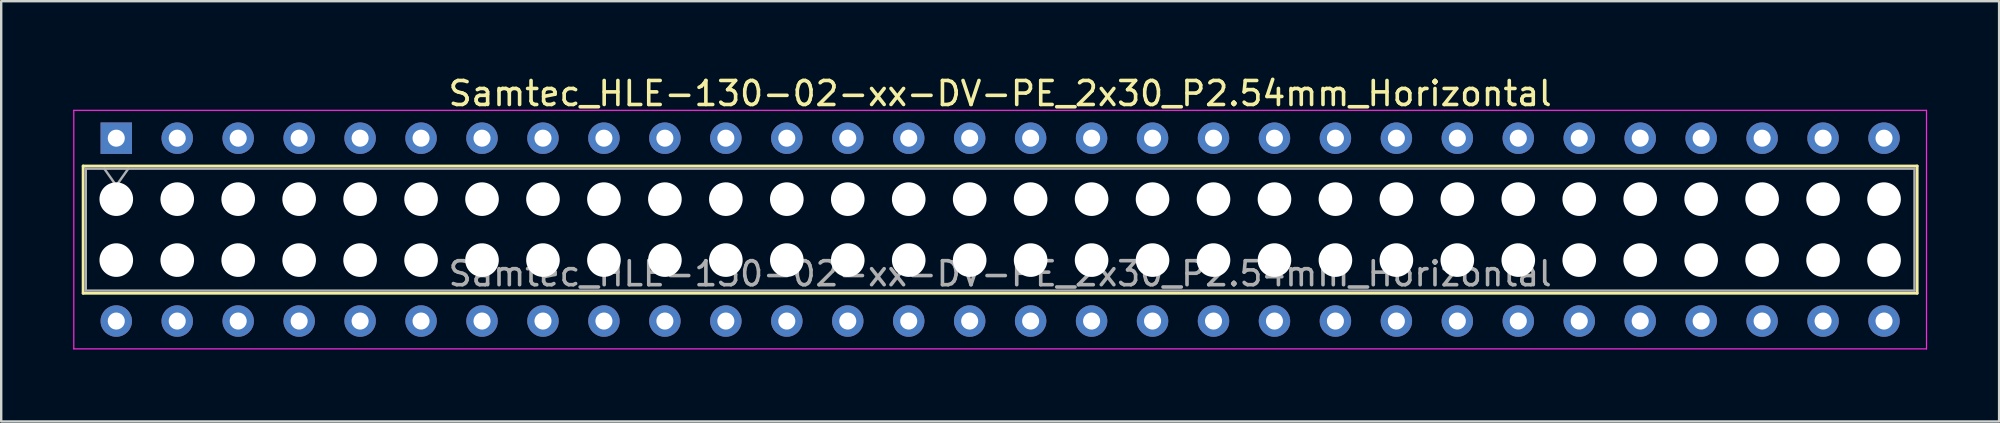
<source format=kicad_pcb>
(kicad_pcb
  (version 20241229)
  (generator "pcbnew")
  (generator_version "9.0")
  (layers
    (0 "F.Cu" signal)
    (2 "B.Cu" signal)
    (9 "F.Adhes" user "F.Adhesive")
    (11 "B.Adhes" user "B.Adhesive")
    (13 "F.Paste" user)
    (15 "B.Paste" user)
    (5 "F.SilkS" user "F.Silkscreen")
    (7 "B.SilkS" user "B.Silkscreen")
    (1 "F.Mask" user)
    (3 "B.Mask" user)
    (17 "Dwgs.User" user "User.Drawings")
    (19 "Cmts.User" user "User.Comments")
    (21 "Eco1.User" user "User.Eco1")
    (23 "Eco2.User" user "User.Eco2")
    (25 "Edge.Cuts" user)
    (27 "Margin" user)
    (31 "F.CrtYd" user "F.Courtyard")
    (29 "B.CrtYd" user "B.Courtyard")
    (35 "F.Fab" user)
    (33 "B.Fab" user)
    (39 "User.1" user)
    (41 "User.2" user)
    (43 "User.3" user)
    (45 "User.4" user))
  (footprint "Samtec_HLE-130-02-xx-DV-PE_2x30_P2.54mm_Horizontal"
    (layer "F.Cu")
    (at 1.795 2.708)
    (property "Reference" "Samtec_HLE-130-02-xx-DV-PE_2x30_P2.54mm_Horizontal" (at 36.83 -1.86 0) (layer "F.SilkS") (effects (font (size 1 1) (thickness 0.15))))
    (attr through_hole)
    (fp_line (start -1.38 1.16) (end 75.04 1.16) (stroke (width 0.12) (type solid)) (layer "F.SilkS"))
    (fp_line (start -1.38 6.46) (end -1.38 1.16) (stroke (width 0.12) (type solid)) (layer "F.SilkS"))
    (fp_line (start 75.04 1.16) (end 75.04 6.46) (stroke (width 0.12) (type solid)) (layer "F.SilkS"))
    (fp_line (start 75.04 6.46) (end -1.38 6.46) (stroke (width 0.12) (type solid)) (layer "F.SilkS"))
    (fp_line (start -1.77 -1.16) (end 75.43 -1.16) (stroke (width 0.05) (type solid)) (layer "F.CrtYd"))
    (fp_line (start -1.77 8.78) (end -1.77 -1.16) (stroke (width 0.05) (type solid)) (layer "F.CrtYd"))
    (fp_line (start 75.43 -1.16) (end 75.43 8.78) (stroke (width 0.05) (type solid)) (layer "F.CrtYd"))
    (fp_line (start 75.43 8.78) (end -1.77 8.78) (stroke (width 0.05) (type solid)) (layer "F.CrtYd"))
    (fp_line (start -1.27 1.27) (end 74.93 1.27) (stroke (width 0.1) (type solid)) (layer "F.Fab"))
    (fp_line (start -1.27 6.35) (end -1.27 1.27) (stroke (width 0.1) (type solid)) (layer "F.Fab"))
    (fp_line (start -0.5 1.27) (end 0 1.977) (stroke (width 0.1) (type solid)) (layer "F.Fab"))
    (fp_line (start 0 1.977) (end 0.5 1.27) (stroke (width 0.1) (type solid)) (layer "F.Fab"))
    (fp_line (start 74.93 1.27) (end 74.93 6.35) (stroke (width 0.1) (type solid)) (layer "F.Fab"))
    (fp_line (start 74.93 6.35) (end -1.27 6.35) (stroke (width 0.1) (type solid)) (layer "F.Fab"))
    (fp_text user "${REFERENCE}" (at 36.83 5.65 0) (layer "F.Fab") (effects (font (size 1 1) (thickness 0.15))))
    (pad "" np_thru_hole circle (at 0 2.54) (size 1.4 1.4) (drill 1.4) (layers "*.Cu" "*.Mask"))
    (pad "" np_thru_hole circle (at 0 5.08) (size 1.4 1.4) (drill 1.4) (layers "*.Cu" "*.Mask"))
    (pad "" np_thru_hole circle (at 2.54 2.54) (size 1.4 1.4) (drill 1.4) (layers "*.Cu" "*.Mask"))
    (pad "" np_thru_hole circle (at 2.54 5.08) (size 1.4 1.4) (drill 1.4) (layers "*.Cu" "*.Mask"))
    (pad "" np_thru_hole circle (at 5.08 2.54) (size 1.4 1.4) (drill 1.4) (layers "*.Cu" "*.Mask"))
    (pad "" np_thru_hole circle (at 5.08 5.08) (size 1.4 1.4) (drill 1.4) (layers "*.Cu" "*.Mask"))
    (pad "" np_thru_hole circle (at 7.62 2.54) (size 1.4 1.4) (drill 1.4) (layers "*.Cu" "*.Mask"))
    (pad "" np_thru_hole circle (at 7.62 5.08) (size 1.4 1.4) (drill 1.4) (layers "*.Cu" "*.Mask"))
    (pad "" np_thru_hole circle (at 10.16 2.54) (size 1.4 1.4) (drill 1.4) (layers "*.Cu" "*.Mask"))
    (pad "" np_thru_hole circle (at 10.16 5.08) (size 1.4 1.4) (drill 1.4) (layers "*.Cu" "*.Mask"))
    (pad "" np_thru_hole circle (at 12.7 2.54) (size 1.4 1.4) (drill 1.4) (layers "*.Cu" "*.Mask"))
    (pad "" np_thru_hole circle (at 12.7 5.08) (size 1.4 1.4) (drill 1.4) (layers "*.Cu" "*.Mask"))
    (pad "" np_thru_hole circle (at 15.24 2.54) (size 1.4 1.4) (drill 1.4) (layers "*.Cu" "*.Mask"))
    (pad "" np_thru_hole circle (at 15.24 5.08) (size 1.4 1.4) (drill 1.4) (layers "*.Cu" "*.Mask"))
    (pad "" np_thru_hole circle (at 17.78 2.54) (size 1.4 1.4) (drill 1.4) (layers "*.Cu" "*.Mask"))
    (pad "" np_thru_hole circle (at 17.78 5.08) (size 1.4 1.4) (drill 1.4) (layers "*.Cu" "*.Mask"))
    (pad "" np_thru_hole circle (at 20.32 2.54) (size 1.4 1.4) (drill 1.4) (layers "*.Cu" "*.Mask"))
    (pad "" np_thru_hole circle (at 20.32 5.08) (size 1.4 1.4) (drill 1.4) (layers "*.Cu" "*.Mask"))
    (pad "" np_thru_hole circle (at 22.86 2.54) (size 1.4 1.4) (drill 1.4) (layers "*.Cu" "*.Mask"))
    (pad "" np_thru_hole circle (at 22.86 5.08) (size 1.4 1.4) (drill 1.4) (layers "*.Cu" "*.Mask"))
    (pad "" np_thru_hole circle (at 25.4 2.54) (size 1.4 1.4) (drill 1.4) (layers "*.Cu" "*.Mask"))
    (pad "" np_thru_hole circle (at 25.4 5.08) (size 1.4 1.4) (drill 1.4) (layers "*.Cu" "*.Mask"))
    (pad "" np_thru_hole circle (at 27.94 2.54) (size 1.4 1.4) (drill 1.4) (layers "*.Cu" "*.Mask"))
    (pad "" np_thru_hole circle (at 27.94 5.08) (size 1.4 1.4) (drill 1.4) (layers "*.Cu" "*.Mask"))
    (pad "" np_thru_hole circle (at 30.48 2.54) (size 1.4 1.4) (drill 1.4) (layers "*.Cu" "*.Mask"))
    (pad "" np_thru_hole circle (at 30.48 5.08) (size 1.4 1.4) (drill 1.4) (layers "*.Cu" "*.Mask"))
    (pad "" np_thru_hole circle (at 33.02 2.54) (size 1.4 1.4) (drill 1.4) (layers "*.Cu" "*.Mask"))
    (pad "" np_thru_hole circle (at 33.02 5.08) (size 1.4 1.4) (drill 1.4) (layers "*.Cu" "*.Mask"))
    (pad "" np_thru_hole circle (at 35.56 2.54) (size 1.4 1.4) (drill 1.4) (layers "*.Cu" "*.Mask"))
    (pad "" np_thru_hole circle (at 35.56 5.08) (size 1.4 1.4) (drill 1.4) (layers "*.Cu" "*.Mask"))
    (pad "" np_thru_hole circle (at 38.1 2.54) (size 1.4 1.4) (drill 1.4) (layers "*.Cu" "*.Mask"))
    (pad "" np_thru_hole circle (at 38.1 5.08) (size 1.4 1.4) (drill 1.4) (layers "*.Cu" "*.Mask"))
    (pad "" np_thru_hole circle (at 40.64 2.54) (size 1.4 1.4) (drill 1.4) (layers "*.Cu" "*.Mask"))
    (pad "" np_thru_hole circle (at 40.64 5.08) (size 1.4 1.4) (drill 1.4) (layers "*.Cu" "*.Mask"))
    (pad "" np_thru_hole circle (at 43.18 2.54) (size 1.4 1.4) (drill 1.4) (layers "*.Cu" "*.Mask"))
    (pad "" np_thru_hole circle (at 43.18 5.08) (size 1.4 1.4) (drill 1.4) (layers "*.Cu" "*.Mask"))
    (pad "" np_thru_hole circle (at 45.72 2.54) (size 1.4 1.4) (drill 1.4) (layers "*.Cu" "*.Mask"))
    (pad "" np_thru_hole circle (at 45.72 5.08) (size 1.4 1.4) (drill 1.4) (layers "*.Cu" "*.Mask"))
    (pad "" np_thru_hole circle (at 48.26 2.54) (size 1.4 1.4) (drill 1.4) (layers "*.Cu" "*.Mask"))
    (pad "" np_thru_hole circle (at 48.26 5.08) (size 1.4 1.4) (drill 1.4) (layers "*.Cu" "*.Mask"))
    (pad "" np_thru_hole circle (at 50.8 2.54) (size 1.4 1.4) (drill 1.4) (layers "*.Cu" "*.Mask"))
    (pad "" np_thru_hole circle (at 50.8 5.08) (size 1.4 1.4) (drill 1.4) (layers "*.Cu" "*.Mask"))
    (pad "" np_thru_hole circle (at 53.34 2.54) (size 1.4 1.4) (drill 1.4) (layers "*.Cu" "*.Mask"))
    (pad "" np_thru_hole circle (at 53.34 5.08) (size 1.4 1.4) (drill 1.4) (layers "*.Cu" "*.Mask"))
    (pad "" np_thru_hole circle (at 55.88 2.54) (size 1.4 1.4) (drill 1.4) (layers "*.Cu" "*.Mask"))
    (pad "" np_thru_hole circle (at 55.88 5.08) (size 1.4 1.4) (drill 1.4) (layers "*.Cu" "*.Mask"))
    (pad "" np_thru_hole circle (at 58.42 2.54) (size 1.4 1.4) (drill 1.4) (layers "*.Cu" "*.Mask"))
    (pad "" np_thru_hole circle (at 58.42 5.08) (size 1.4 1.4) (drill 1.4) (layers "*.Cu" "*.Mask"))
    (pad "" np_thru_hole circle (at 60.96 2.54) (size 1.4 1.4) (drill 1.4) (layers "*.Cu" "*.Mask"))
    (pad "" np_thru_hole circle (at 60.96 5.08) (size 1.4 1.4) (drill 1.4) (layers "*.Cu" "*.Mask"))
    (pad "" np_thru_hole circle (at 63.5 2.54) (size 1.4 1.4) (drill 1.4) (layers "*.Cu" "*.Mask"))
    (pad "" np_thru_hole circle (at 63.5 5.08) (size 1.4 1.4) (drill 1.4) (layers "*.Cu" "*.Mask"))
    (pad "" np_thru_hole circle (at 66.04 2.54) (size 1.4 1.4) (drill 1.4) (layers "*.Cu" "*.Mask"))
    (pad "" np_thru_hole circle (at 66.04 5.08) (size 1.4 1.4) (drill 1.4) (layers "*.Cu" "*.Mask"))
    (pad "" np_thru_hole circle (at 68.58 2.54) (size 1.4 1.4) (drill 1.4) (layers "*.Cu" "*.Mask"))
    (pad "" np_thru_hole circle (at 68.58 5.08) (size 1.4 1.4) (drill 1.4) (layers "*.Cu" "*.Mask"))
    (pad "" np_thru_hole circle (at 71.12 2.54) (size 1.4 1.4) (drill 1.4) (layers "*.Cu" "*.Mask"))
    (pad "" np_thru_hole circle (at 71.12 5.08) (size 1.4 1.4) (drill 1.4) (layers "*.Cu" "*.Mask"))
    (pad "" np_thru_hole circle (at 73.66 2.54) (size 1.4 1.4) (drill 1.4) (layers "*.Cu" "*.Mask"))
    (pad "" np_thru_hole circle (at 73.66 5.08) (size 1.4 1.4) (drill 1.4) (layers "*.Cu" "*.Mask"))
    (pad "1" thru_hole rect (at 0 0) (size 1.31 1.31) (drill 0.71) (layers "*.Cu" "*.Mask"))
    (pad "2" thru_hole circle (at 0 7.62) (size 1.31 1.31) (drill 0.71) (layers "*.Cu" "*.Mask"))
    (pad "3" thru_hole circle (at 2.54 0) (size 1.31 1.31) (drill 0.71) (layers "*.Cu" "*.Mask"))
    (pad "4" thru_hole circle (at 2.54 7.62) (size 1.31 1.31) (drill 0.71) (layers "*.Cu" "*.Mask"))
    (pad "5" thru_hole circle (at 5.08 0) (size 1.31 1.31) (drill 0.71) (layers "*.Cu" "*.Mask"))
    (pad "6" thru_hole circle (at 5.08 7.62) (size 1.31 1.31) (drill 0.71) (layers "*.Cu" "*.Mask"))
    (pad "7" thru_hole circle (at 7.62 0) (size 1.31 1.31) (drill 0.71) (layers "*.Cu" "*.Mask"))
    (pad "8" thru_hole circle (at 7.62 7.62) (size 1.31 1.31) (drill 0.71) (layers "*.Cu" "*.Mask"))
    (pad "9" thru_hole circle (at 10.16 0) (size 1.31 1.31) (drill 0.71) (layers "*.Cu" "*.Mask"))
    (pad "10" thru_hole circle (at 10.16 7.62) (size 1.31 1.31) (drill 0.71) (layers "*.Cu" "*.Mask"))
    (pad "11" thru_hole circle (at 12.7 0) (size 1.31 1.31) (drill 0.71) (layers "*.Cu" "*.Mask"))
    (pad "12" thru_hole circle (at 12.7 7.62) (size 1.31 1.31) (drill 0.71) (layers "*.Cu" "*.Mask"))
    (pad "13" thru_hole circle (at 15.24 0) (size 1.31 1.31) (drill 0.71) (layers "*.Cu" "*.Mask"))
    (pad "14" thru_hole circle (at 15.24 7.62) (size 1.31 1.31) (drill 0.71) (layers "*.Cu" "*.Mask"))
    (pad "15" thru_hole circle (at 17.78 0) (size 1.31 1.31) (drill 0.71) (layers "*.Cu" "*.Mask"))
    (pad "16" thru_hole circle (at 17.78 7.62) (size 1.31 1.31) (drill 0.71) (layers "*.Cu" "*.Mask"))
    (pad "17" thru_hole circle (at 20.32 0) (size 1.31 1.31) (drill 0.71) (layers "*.Cu" "*.Mask"))
    (pad "18" thru_hole circle (at 20.32 7.62) (size 1.31 1.31) (drill 0.71) (layers "*.Cu" "*.Mask"))
    (pad "19" thru_hole circle (at 22.86 0) (size 1.31 1.31) (drill 0.71) (layers "*.Cu" "*.Mask"))
    (pad "20" thru_hole circle (at 22.86 7.62) (size 1.31 1.31) (drill 0.71) (layers "*.Cu" "*.Mask"))
    (pad "21" thru_hole circle (at 25.4 0) (size 1.31 1.31) (drill 0.71) (layers "*.Cu" "*.Mask"))
    (pad "22" thru_hole circle (at 25.4 7.62) (size 1.31 1.31) (drill 0.71) (layers "*.Cu" "*.Mask"))
    (pad "23" thru_hole circle (at 27.94 0) (size 1.31 1.31) (drill 0.71) (layers "*.Cu" "*.Mask"))
    (pad "24" thru_hole circle (at 27.94 7.62) (size 1.31 1.31) (drill 0.71) (layers "*.Cu" "*.Mask"))
    (pad "25" thru_hole circle (at 30.48 0) (size 1.31 1.31) (drill 0.71) (layers "*.Cu" "*.Mask"))
    (pad "26" thru_hole circle (at 30.48 7.62) (size 1.31 1.31) (drill 0.71) (layers "*.Cu" "*.Mask"))
    (pad "27" thru_hole circle (at 33.02 0) (size 1.31 1.31) (drill 0.71) (layers "*.Cu" "*.Mask"))
    (pad "28" thru_hole circle (at 33.02 7.62) (size 1.31 1.31) (drill 0.71) (layers "*.Cu" "*.Mask"))
    (pad "29" thru_hole circle (at 35.56 0) (size 1.31 1.31) (drill 0.71) (layers "*.Cu" "*.Mask"))
    (pad "30" thru_hole circle (at 35.56 7.62) (size 1.31 1.31) (drill 0.71) (layers "*.Cu" "*.Mask"))
    (pad "31" thru_hole circle (at 38.1 0) (size 1.31 1.31) (drill 0.71) (layers "*.Cu" "*.Mask"))
    (pad "32" thru_hole circle (at 38.1 7.62) (size 1.31 1.31) (drill 0.71) (layers "*.Cu" "*.Mask"))
    (pad "33" thru_hole circle (at 40.64 0) (size 1.31 1.31) (drill 0.71) (layers "*.Cu" "*.Mask"))
    (pad "34" thru_hole circle (at 40.64 7.62) (size 1.31 1.31) (drill 0.71) (layers "*.Cu" "*.Mask"))
    (pad "35" thru_hole circle (at 43.18 0) (size 1.31 1.31) (drill 0.71) (layers "*.Cu" "*.Mask"))
    (pad "36" thru_hole circle (at 43.18 7.62) (size 1.31 1.31) (drill 0.71) (layers "*.Cu" "*.Mask"))
    (pad "37" thru_hole circle (at 45.72 0) (size 1.31 1.31) (drill 0.71) (layers "*.Cu" "*.Mask"))
    (pad "38" thru_hole circle (at 45.72 7.62) (size 1.31 1.31) (drill 0.71) (layers "*.Cu" "*.Mask"))
    (pad "39" thru_hole circle (at 48.26 0) (size 1.31 1.31) (drill 0.71) (layers "*.Cu" "*.Mask"))
    (pad "40" thru_hole circle (at 48.26 7.62) (size 1.31 1.31) (drill 0.71) (layers "*.Cu" "*.Mask"))
    (pad "41" thru_hole circle (at 50.8 0) (size 1.31 1.31) (drill 0.71) (layers "*.Cu" "*.Mask"))
    (pad "42" thru_hole circle (at 50.8 7.62) (size 1.31 1.31) (drill 0.71) (layers "*.Cu" "*.Mask"))
    (pad "43" thru_hole circle (at 53.34 0) (size 1.31 1.31) (drill 0.71) (layers "*.Cu" "*.Mask"))
    (pad "44" thru_hole circle (at 53.34 7.62) (size 1.31 1.31) (drill 0.71) (layers "*.Cu" "*.Mask"))
    (pad "45" thru_hole circle (at 55.88 0) (size 1.31 1.31) (drill 0.71) (layers "*.Cu" "*.Mask"))
    (pad "46" thru_hole circle (at 55.88 7.62) (size 1.31 1.31) (drill 0.71) (layers "*.Cu" "*.Mask"))
    (pad "47" thru_hole circle (at 58.42 0) (size 1.31 1.31) (drill 0.71) (layers "*.Cu" "*.Mask"))
    (pad "48" thru_hole circle (at 58.42 7.62) (size 1.31 1.31) (drill 0.71) (layers "*.Cu" "*.Mask"))
    (pad "49" thru_hole circle (at 60.96 0) (size 1.31 1.31) (drill 0.71) (layers "*.Cu" "*.Mask"))
    (pad "50" thru_hole circle (at 60.96 7.62) (size 1.31 1.31) (drill 0.71) (layers "*.Cu" "*.Mask"))
    (pad "51" thru_hole circle (at 63.5 0) (size 1.31 1.31) (drill 0.71) (layers "*.Cu" "*.Mask"))
    (pad "52" thru_hole circle (at 63.5 7.62) (size 1.31 1.31) (drill 0.71) (layers "*.Cu" "*.Mask"))
    (pad "53" thru_hole circle (at 66.04 0) (size 1.31 1.31) (drill 0.71) (layers "*.Cu" "*.Mask"))
    (pad "54" thru_hole circle (at 66.04 7.62) (size 1.31 1.31) (drill 0.71) (layers "*.Cu" "*.Mask"))
    (pad "55" thru_hole circle (at 68.58 0) (size 1.31 1.31) (drill 0.71) (layers "*.Cu" "*.Mask"))
    (pad "56" thru_hole circle (at 68.58 7.62) (size 1.31 1.31) (drill 0.71) (layers "*.Cu" "*.Mask"))
    (pad "57" thru_hole circle (at 71.12 0) (size 1.31 1.31) (drill 0.71) (layers "*.Cu" "*.Mask"))
    (pad "58" thru_hole circle (at 71.12 7.62) (size 1.31 1.31) (drill 0.71) (layers "*.Cu" "*.Mask"))
    (pad "59" thru_hole circle (at 73.66 0) (size 1.31 1.31) (drill 0.71) (layers "*.Cu" "*.Mask"))
    (pad "60" thru_hole circle (at 73.66 7.62) (size 1.31 1.31) (drill 0.71) (layers "*.Cu" "*.Mask")))
  (gr_rect
    (start -3 -3)
    (end 80.25 14.513)
    (stroke (width 0.1) (type default))
    (fill no)
    (layer "Edge.Cuts")))
</source>
